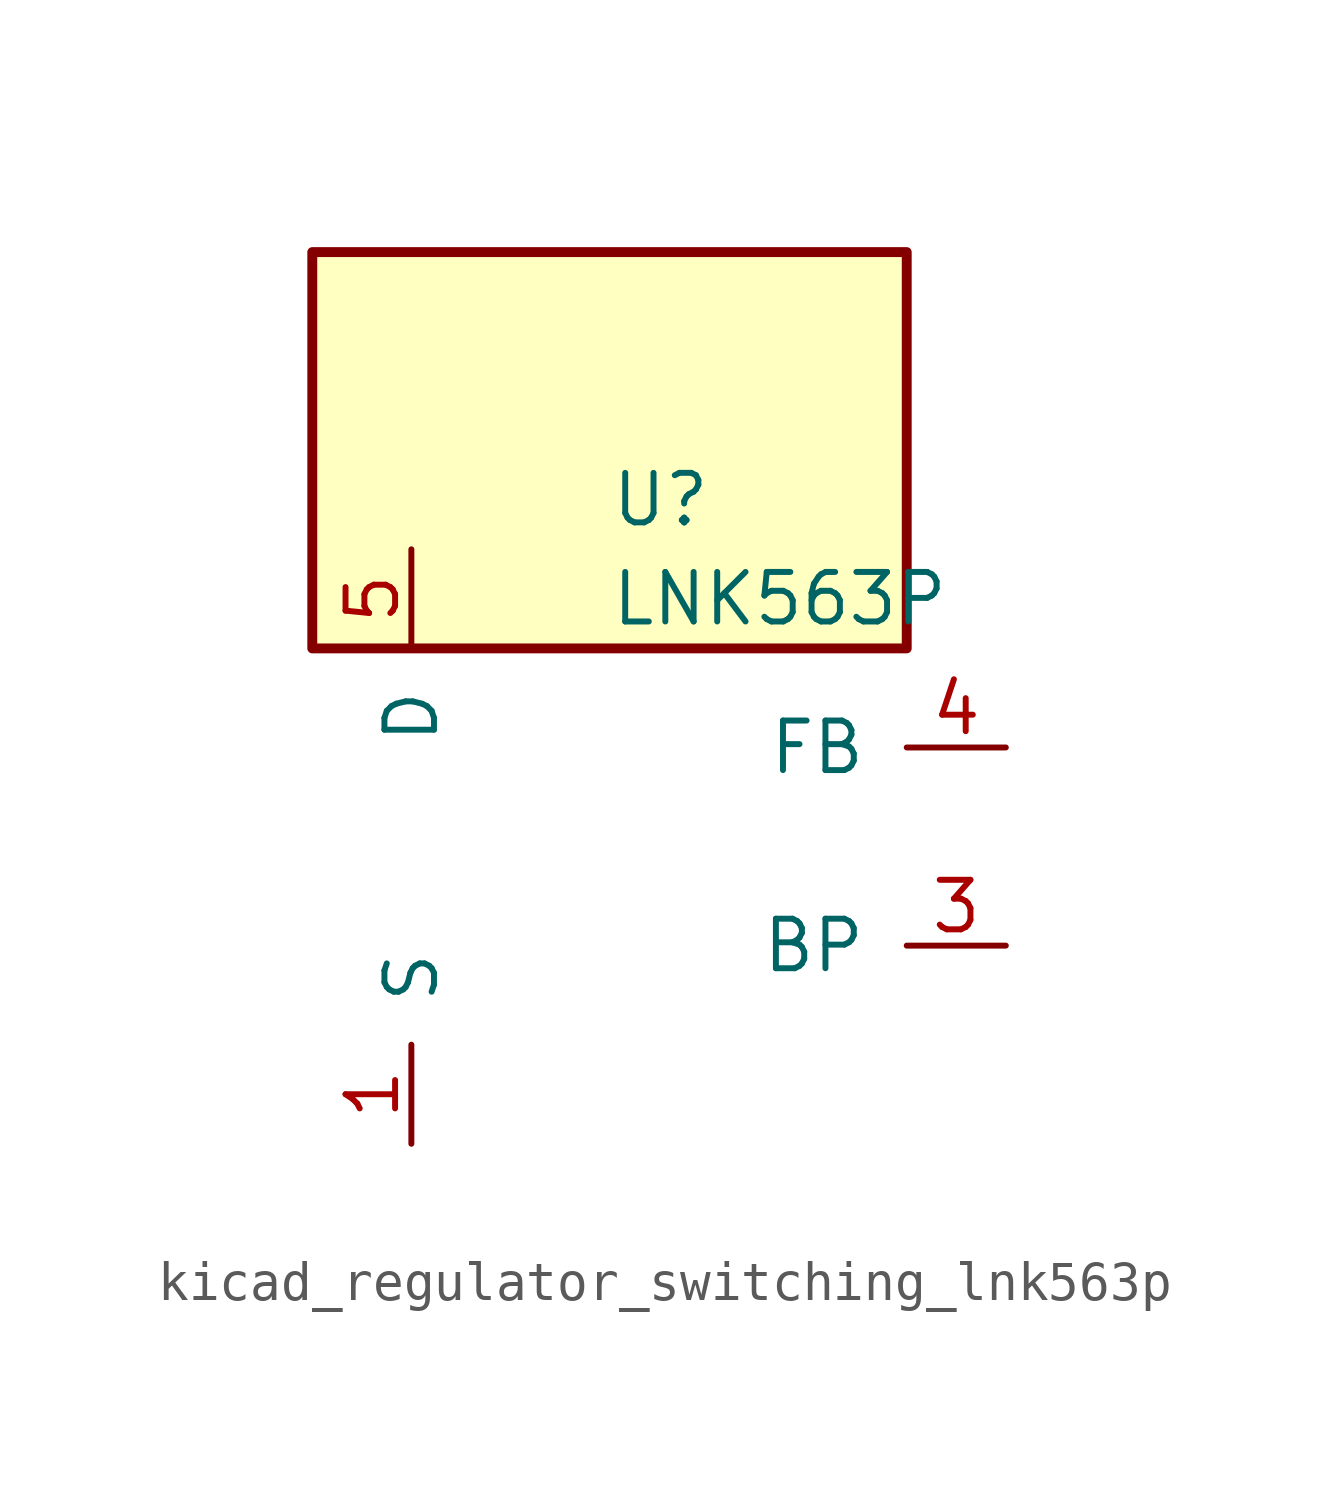
<source format=kicad_sym>
(kicad_symbol_lib
  (version 20220914)
  (generator kicad_symbol_editor)
  (symbol "kicad_regulator_switching_lnk563p"
    (pin_names
      (offset 1.016))
    (property "Reference" "U"
      (at 0 8.89 0)
      (effects (font (size 1.27 1.27)) (justify left)))
    (property "Value" "LNK563P"
      (at 0 6.35 0)
      (effects (font (size 1.27 1.27)) (justify left)))
    (symbol "kicad_regulator_switching_lnk563p_0_1"
      (rectangle (start 7.62 15.24) (end -7.62 5.08) (stroke (width 0.254) (type default)) (fill (type background))))
    (symbol "kicad_regulator_switching_lnk563p_1_1"
      (pin power_in line (at -5.08 -7.62 90) (length 2.54) (name "S" (effects (font (size 1.27 1.27)))) (number "1" (effects (font (size 1.27 1.27)))))
      (pin passive line (at -5.08 -7.62 90) (length 2.54) hide (name "S" (effects (font (size 1.27 1.27)))) (number "2" (effects (font (size 1.27 1.27)))))
      (pin input line (at 10.16 -2.54 180) (length 2.54) (name "BP" (effects (font (size 1.27 1.27)))) (number "3" (effects (font (size 1.27 1.27)))))
      (pin input line (at 10.16 2.54 180) (length 2.54) (name "FB" (effects (font (size 1.27 1.27)))) (number "4" (effects (font (size 1.27 1.27)))))
      (pin open_collector line (at -5.08 7.62 270) (length 2.54) (name "D" (effects (font (size 1.27 1.27)))) (number "5" (effects (font (size 1.27 1.27)))))
      (pin passive line (at -5.08 -7.62 90) (length 2.54) hide (name "S" (effects (font (size 1.27 1.27)))) (number "7" (effects (font (size 1.27 1.27)))))
      (pin passive line (at -5.08 -7.62 90) (length 2.54) hide (name "S" (effects (font (size 1.27 1.27)))) (number "8" (effects (font (size 1.27 1.27))))))))
</source>
